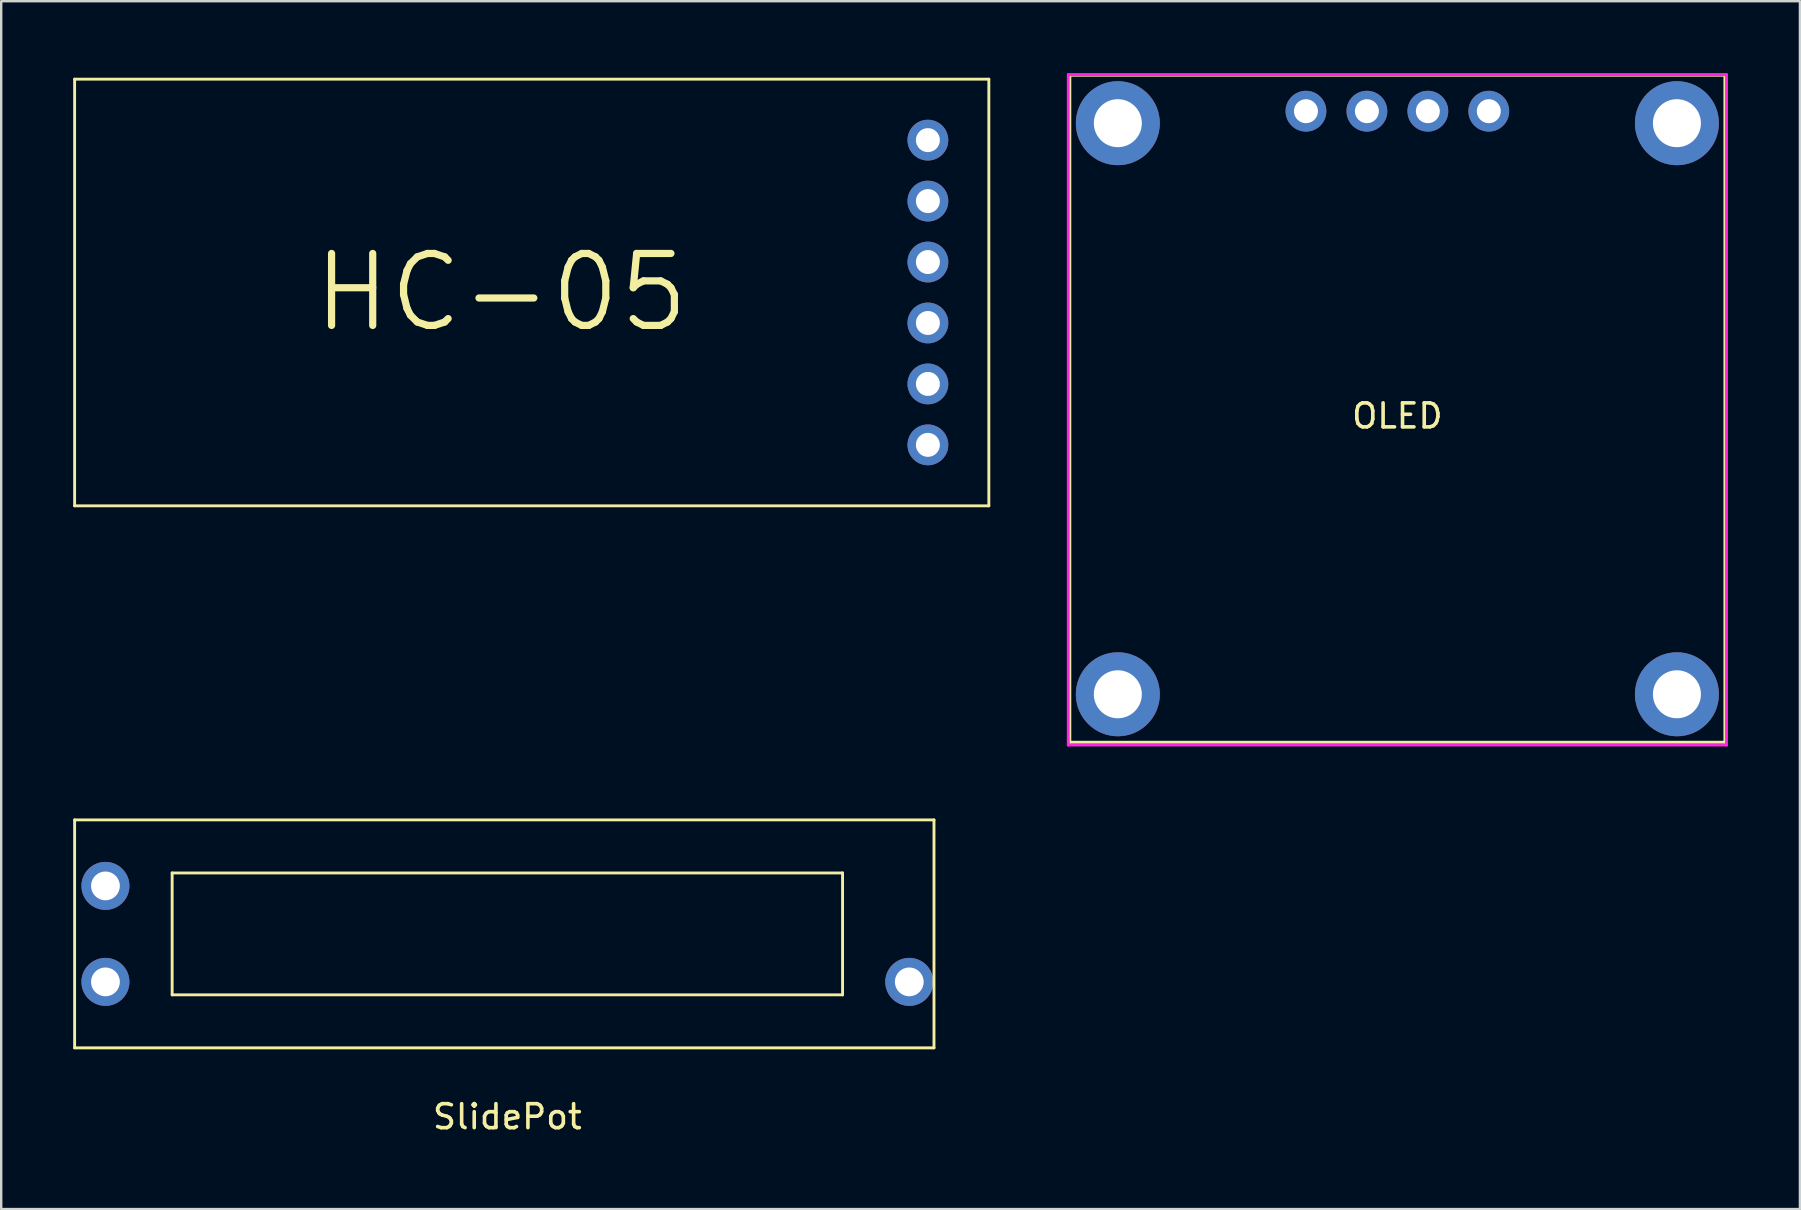
<source format=kicad_pcb>
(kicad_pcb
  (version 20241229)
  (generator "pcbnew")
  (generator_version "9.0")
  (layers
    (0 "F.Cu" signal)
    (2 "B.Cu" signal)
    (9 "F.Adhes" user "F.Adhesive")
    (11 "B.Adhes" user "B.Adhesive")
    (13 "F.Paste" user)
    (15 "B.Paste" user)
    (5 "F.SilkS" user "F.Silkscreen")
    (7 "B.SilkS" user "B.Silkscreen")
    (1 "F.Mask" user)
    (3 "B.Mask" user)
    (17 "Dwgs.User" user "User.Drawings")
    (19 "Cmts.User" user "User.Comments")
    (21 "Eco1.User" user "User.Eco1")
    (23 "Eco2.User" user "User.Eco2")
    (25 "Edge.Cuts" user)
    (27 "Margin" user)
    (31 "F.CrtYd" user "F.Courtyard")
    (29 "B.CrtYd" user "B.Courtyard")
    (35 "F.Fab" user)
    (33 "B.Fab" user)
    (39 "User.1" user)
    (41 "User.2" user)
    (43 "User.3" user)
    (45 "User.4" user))
  (footprint "OLED"
    (layer "F.Cu")
    (at 55.186 1.584)
    (property "Reference" "OLED" (at 0 12.7 0) (layer "F.SilkS") (effects (font (size 1 1) (thickness 0.15))))
    (attr through_hole)
    (fp_line (start -13.65 -1.5) (end 13.65 -1.5) (stroke (width 0.12) (type solid)) (layer "F.SilkS"))
    (fp_line (start -13.65 26.3) (end -13.65 -1.5) (stroke (width 0.12) (type solid)) (layer "F.SilkS"))
    (fp_line (start 13.65 -1.5) (end 13.65 26.3) (stroke (width 0.12) (type solid)) (layer "F.SilkS"))
    (fp_line (start 13.65 26.3) (end -13.65 26.3) (stroke (width 0.12) (type solid)) (layer "F.SilkS"))
    (fp_line (start -13.716 -1.524) (end 13.716 -1.524) (stroke (width 0.12) (type solid)) (layer "F.CrtYd"))
    (fp_line (start -13.716 26.416) (end -13.716 -1.524) (stroke (width 0.12) (type solid)) (layer "F.CrtYd"))
    (fp_line (start 13.716 -1.524) (end 13.716 26.416) (stroke (width 0.12) (type solid)) (layer "F.CrtYd"))
    (fp_line (start 13.716 26.416) (end -13.716 26.416) (stroke (width 0.12) (type solid)) (layer "F.CrtYd"))
    (pad "" thru_hole circle (at -11.65 0.5) (size 3.5 3.5) (drill 2) (layers "*.Cu" "*.Mask"))
    (pad "" thru_hole circle (at -11.65 24.3) (size 3.5 3.5) (drill 2) (layers "*.Cu" "*.Mask"))
    (pad "" thru_hole circle (at 11.65 0.5) (size 3.5 3.5) (drill 2) (layers "*.Cu" "*.Mask"))
    (pad "" thru_hole circle (at 11.65 24.3) (size 3.5 3.5) (drill 2) (layers "*.Cu" "*.Mask"))
    (pad "1" thru_hole circle (at -3.81 0) (size 1.7 1.7) (drill 1) (layers "*.Cu" "*.Mask"))
    (pad "2" thru_hole circle (at -1.27 0) (size 1.7 1.7) (drill 1) (layers "*.Cu" "*.Mask"))
    (pad "3" thru_hole circle (at 1.27 0) (size 1.7 1.7) (drill 1) (layers "*.Cu" "*.Mask"))
    (pad "4" thru_hole circle (at 3.81 0) (size 1.7 1.7) (drill 1) (layers "*.Cu" "*.Mask")))
  (footprint "HC-05"
    (layer "F.Cu")
    (at 38.16 0.25)
    (property "Reference" "HC-05" (at -20.32 8.89 0) (layer "F.SilkS") (effects (font (size 3 3) (thickness 0.3))))
    (attr through_hole)
    (fp_line (start -38.1 0) (end -38.1 17.78) (stroke (width 0.12) (type solid)) (layer "F.SilkS"))
    (fp_line (start -38.1 17.78) (end 0 17.78) (stroke (width 0.12) (type solid)) (layer "F.SilkS"))
    (fp_line (start 0 0) (end -38.1 0) (stroke (width 0.12) (type solid)) (layer "F.SilkS"))
    (fp_line (start 0 17.78) (end 0 0) (stroke (width 0.12) (type solid)) (layer "F.SilkS"))
    (pad "1" thru_hole circle (at -2.54 2.54) (size 1.7 1.7) (drill 1) (layers "*.Cu" "*.Mask"))
    (pad "2" thru_hole circle (at -2.54 5.08) (size 1.7 1.7) (drill 1) (layers "*.Cu" "*.Mask"))
    (pad "3" thru_hole circle (at -2.54 7.62) (size 1.7 1.7) (drill 1) (layers "*.Cu" "*.Mask"))
    (pad "4" thru_hole circle (at -2.54 10.16) (size 1.7 1.7) (drill 1) (layers "*.Cu" "*.Mask"))
    (pad "5" thru_hole circle (at -2.54 12.7) (size 1.7 1.7) (drill 1) (layers "*.Cu" "*.Mask"))
    (pad "6" thru_hole circle (at -2.54 15.24) (size 1.7 1.7) (drill 1) (layers "*.Cu" "*.Mask")))
  (footprint "SlidePot"
    (layer "F.Cu")
    (at 18.094 35.87)
    (property "Reference" "SlidePot" (at 0 7.62 0) (layer "F.SilkS") (effects (font (size 1 1) (thickness 0.15))))
    (attr through_hole)
    (fp_line (start -18.034 -4.75) (end 17.78 -4.75) (stroke (width 0.12) (type solid)) (layer "F.SilkS"))
    (fp_line (start -18.034 4.75) (end -18.034 -4.75) (stroke (width 0.12) (type solid)) (layer "F.SilkS"))
    (fp_line (start -13.97 -2.54) (end 13.97 -2.54) (stroke (width 0.12) (type solid)) (layer "F.SilkS"))
    (fp_line (start -13.97 2.54) (end -13.97 -2.54) (stroke (width 0.12) (type solid)) (layer "F.SilkS"))
    (fp_line (start 13.97 -2.54) (end 13.97 2.54) (stroke (width 0.12) (type solid)) (layer "F.SilkS"))
    (fp_line (start 13.97 2.54) (end -13.97 2.54) (stroke (width 0.12) (type solid)) (layer "F.SilkS"))
    (fp_line (start 17.78 -4.75) (end 17.78 4.75) (stroke (width 0.12) (type solid)) (layer "F.SilkS"))
    (fp_line (start 17.78 4.75) (end -18.034 4.75) (stroke (width 0.12) (type solid)) (layer "F.SilkS"))
    (pad "1" thru_hole circle (at -16.75 2) (size 2 2) (drill 1.2) (layers "*.Cu" "*.Mask"))
    (pad "2" thru_hole circle (at -16.75 -2) (size 2 2) (drill 1.2) (layers "*.Cu" "*.Mask"))
    (pad "3" thru_hole circle (at 16.75 2) (size 2 2) (drill 1.2) (layers "*.Cu" "*.Mask")))
  (gr_rect
    (start -3 -3)
    (end 71.962 47.338)
    (stroke (width 0.1) (type default))
    (fill no)
    (layer "Edge.Cuts")))
</source>
